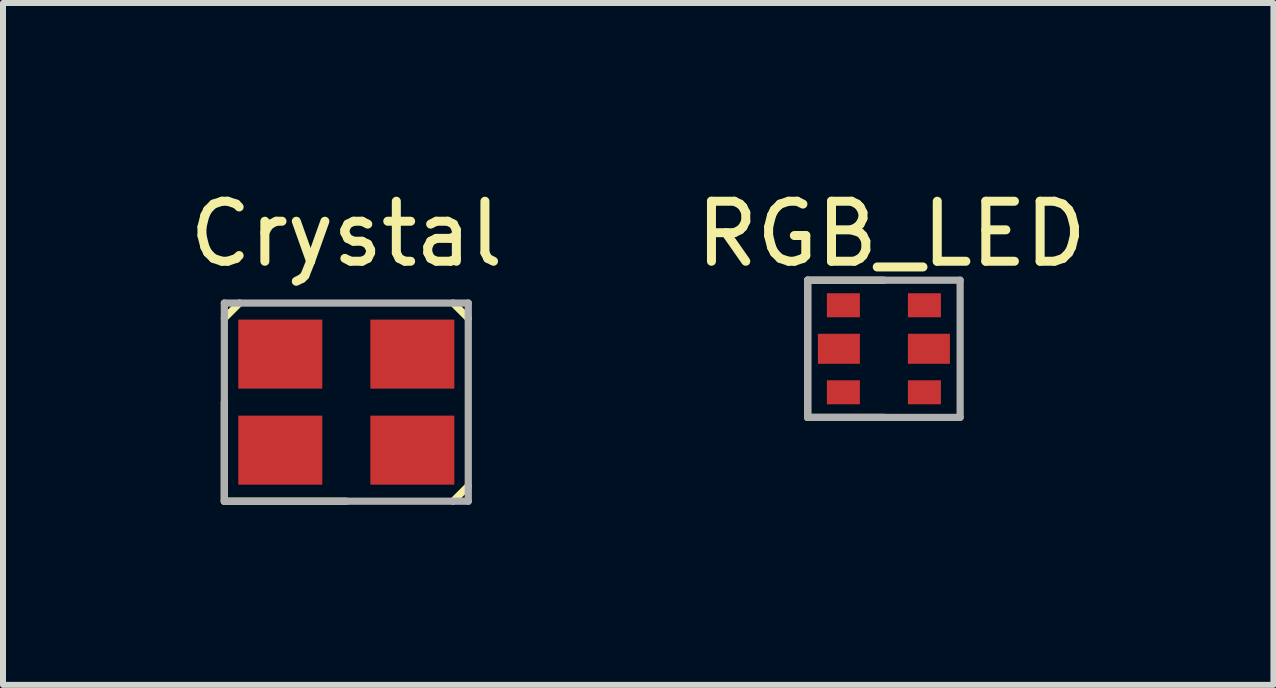
<source format=kicad_pcb>
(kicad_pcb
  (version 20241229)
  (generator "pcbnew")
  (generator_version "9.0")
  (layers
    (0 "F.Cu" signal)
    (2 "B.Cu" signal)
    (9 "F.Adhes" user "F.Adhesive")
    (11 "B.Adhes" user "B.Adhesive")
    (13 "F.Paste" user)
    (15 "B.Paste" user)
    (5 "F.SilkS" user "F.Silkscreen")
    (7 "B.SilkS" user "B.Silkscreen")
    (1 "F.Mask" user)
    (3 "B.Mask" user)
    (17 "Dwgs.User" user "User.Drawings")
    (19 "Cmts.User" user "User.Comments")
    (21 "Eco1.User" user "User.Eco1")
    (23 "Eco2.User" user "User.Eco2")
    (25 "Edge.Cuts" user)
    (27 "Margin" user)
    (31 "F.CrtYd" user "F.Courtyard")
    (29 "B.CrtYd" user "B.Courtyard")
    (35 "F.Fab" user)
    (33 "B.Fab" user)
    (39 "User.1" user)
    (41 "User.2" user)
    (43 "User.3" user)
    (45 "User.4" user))
  (footprint "Crystal"
    (layer "F.Cu")
    (at 2.72 3.65)
    (property "Reference" "Crystal" (at 0 -2.802 0) (layer "F.SilkS") (effects (font (size 1 1) (thickness 0.15))))
    (attr through_hole)
    (fp_line (start -2.032 -1.397) (end -1.778 -1.651) (stroke (width 0.12) (type solid)) (layer "F.SilkS"))
    (fp_line (start -2.032 0) (end -2.032 1.651) (stroke (width 0.12) (type solid)) (layer "F.SilkS"))
    (fp_line (start 0 1.651) (end -2.032 1.651) (stroke (width 0.12) (type solid)) (layer "F.SilkS"))
    (fp_line (start 1.778 1.651) (end 2.032 1.397) (stroke (width 0.12) (type solid)) (layer "F.SilkS"))
    (fp_line (start 2.032 -1.397) (end 1.778 -1.651) (stroke (width 0.12) (type solid)) (layer "F.SilkS"))
    (fp_line (start -2.032 -1.651) (end -2.032 1.651) (stroke (width 0.12) (type solid)) (layer "F.Fab"))
    (fp_line (start -2.032 1.651) (end 2.032 1.651) (stroke (width 0.12) (type solid)) (layer "F.Fab"))
    (fp_line (start 2.032 -1.651) (end -2.032 -1.651) (stroke (width 0.12) (type solid)) (layer "F.Fab"))
    (fp_line (start 2.032 1.651) (end 2.032 -1.651) (stroke (width 0.12) (type solid)) (layer "F.Fab"))
    (pad "-" smd rect (at -1.1 -0.8) (size 1.4 1.15) (layers "F.Cu" "F.Mask" "F.Paste"))
    (pad "-" smd rect (at 1.1 0.8) (size 1.4 1.15) (layers "F.Cu" "F.Mask" "F.Paste"))
    (pad "1" smd rect (at 1.1 -0.8) (size 1.4 1.15) (layers "F.Cu" "F.Mask" "F.Paste"))
    (pad "2" smd rect (at -1.1 0.8) (size 1.4 1.15) (layers "F.Cu" "F.Mask" "F.Paste")))
  (footprint "RGB_LED"
    (layer "F.Cu")
    (at 11.677 2.761)
    (property "Reference" "RGB_LED" (at 0.127 -1.913 0) (layer "F.SilkS") (effects (font (size 1 1) (thickness 0.15))))
    (attr through_hole)
    (fp_line (start -1.27 -1.143) (end -1.27 1.143) (stroke (width 0.12) (type solid)) (layer "F.SilkS"))
    (fp_line (start -1.27 1.143) (end 0 1.143) (stroke (width 0.12) (type solid)) (layer "F.SilkS"))
    (fp_line (start 0 -1.143) (end -1.27 -1.143) (stroke (width 0.12) (type solid)) (layer "F.SilkS"))
    (fp_line (start -1.27 -1.143) (end -1.27 1.143) (stroke (width 0.12) (type solid)) (layer "F.Fab"))
    (fp_line (start -1.27 1.143) (end 1.27 1.143) (stroke (width 0.12) (type solid)) (layer "F.Fab"))
    (fp_line (start 1.27 -1.143) (end -1.27 -1.143) (stroke (width 0.12) (type solid)) (layer "F.Fab"))
    (fp_line (start 1.27 1.143) (end 1.27 -1.143) (stroke (width 0.12) (type solid)) (layer "F.Fab"))
    (pad "1" smd rect (at 0.675 -0.725) (size 0.55 0.4) (layers "F.Cu" "F.Mask" "F.Paste"))
    (pad "2" smd rect (at -0.675 -0.725) (size 0.55 0.4) (layers "F.Cu" "F.Mask" "F.Paste"))
    (pad "3" smd rect (at 0.75 0) (size 0.7 0.5) (layers "F.Cu" "F.Mask" "F.Paste"))
    (pad "4" smd rect (at -0.75 0) (size 0.7 0.5) (layers "F.Cu" "F.Mask" "F.Paste"))
    (pad "5" smd rect (at 0.675 0.725) (size 0.55 0.4) (layers "F.Cu" "F.Mask" "F.Paste"))
    (pad "6" smd rect (at -0.675 0.725) (size 0.55 0.4) (layers "F.Cu" "F.Mask" "F.Paste")))
  (gr_rect
    (start -3 -3)
    (end 18.167 8.361)
    (stroke (width 0.1) (type default))
    (fill no)
    (layer "Edge.Cuts")))
</source>
